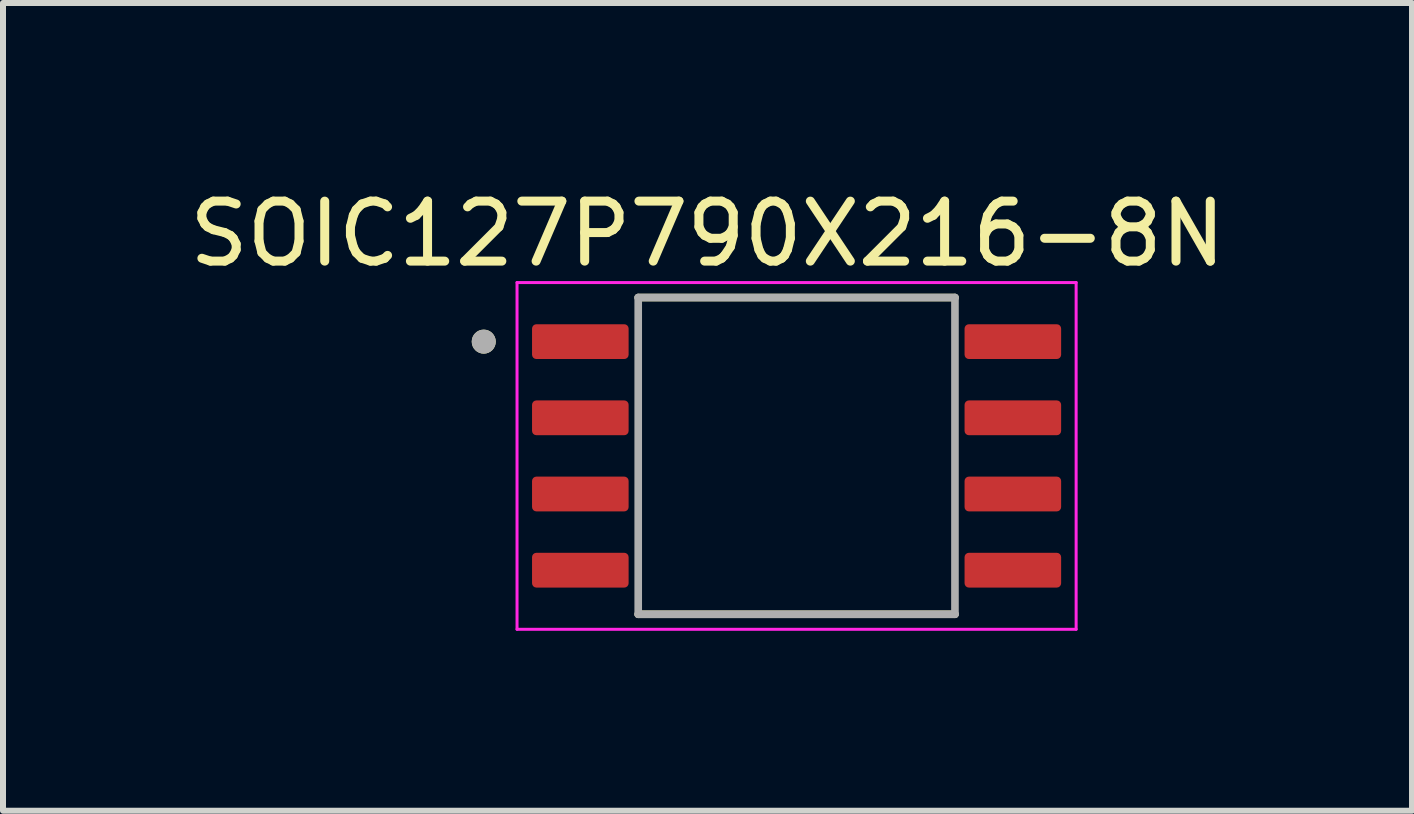
<source format=kicad_pcb>
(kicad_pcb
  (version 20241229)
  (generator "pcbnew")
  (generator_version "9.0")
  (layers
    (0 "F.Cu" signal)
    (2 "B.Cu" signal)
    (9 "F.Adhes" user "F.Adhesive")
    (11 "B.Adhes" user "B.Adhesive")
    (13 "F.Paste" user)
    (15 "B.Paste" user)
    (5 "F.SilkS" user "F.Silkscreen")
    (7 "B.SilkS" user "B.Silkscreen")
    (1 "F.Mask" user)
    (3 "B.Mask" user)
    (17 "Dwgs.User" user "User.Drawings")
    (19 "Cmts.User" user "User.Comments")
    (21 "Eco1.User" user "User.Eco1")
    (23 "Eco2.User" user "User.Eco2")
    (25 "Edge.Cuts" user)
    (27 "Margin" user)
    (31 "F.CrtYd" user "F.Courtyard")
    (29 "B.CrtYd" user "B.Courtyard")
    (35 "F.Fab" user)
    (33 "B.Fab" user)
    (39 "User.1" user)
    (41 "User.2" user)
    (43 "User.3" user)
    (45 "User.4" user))
  (footprint "SOIC127P790X216-8N"
    (layer "F.Cu")
    (at 10.229 4.55)
    (property "Reference" "SOIC127P790X216-8N" (at -1.485 -3.702 0) (layer "F.SilkS") (effects (font (size 1 1) (thickness 0.15))))
    (attr smd)
    (fp_line (start -2.64 -2.64) (end 2.64 -2.64) (stroke (width 0.127) (type solid)) (layer "F.SilkS"))
    (fp_line (start -2.64 2.64) (end 2.64 2.64) (stroke (width 0.127) (type solid)) (layer "F.SilkS"))
    (fp_circle (center -5.215 -1.905) (end -5.115 -1.905) (stroke (width 0.2) (type solid)) (fill no) (layer "F.SilkS"))
    (fp_line (start -4.66 -2.89) (end -4.66 2.89) (stroke (width 0.05) (type solid)) (layer "F.CrtYd"))
    (fp_line (start -4.66 -2.89) (end 4.66 -2.89) (stroke (width 0.05) (type solid)) (layer "F.CrtYd"))
    (fp_line (start -4.66 2.89) (end 4.66 2.89) (stroke (width 0.05) (type solid)) (layer "F.CrtYd"))
    (fp_line (start 4.66 -2.89) (end 4.66 2.89) (stroke (width 0.05) (type solid)) (layer "F.CrtYd"))
    (fp_line (start -2.64 -2.64) (end -2.64 2.64) (stroke (width 0.127) (type solid)) (layer "F.Fab"))
    (fp_line (start -2.64 -2.64) (end 2.64 -2.64) (stroke (width 0.127) (type solid)) (layer "F.Fab"))
    (fp_line (start -2.64 2.64) (end 2.64 2.64) (stroke (width 0.127) (type solid)) (layer "F.Fab"))
    (fp_line (start 2.64 -2.64) (end 2.64 2.64) (stroke (width 0.127) (type solid)) (layer "F.Fab"))
    (fp_circle (center -5.215 -1.905) (end -5.115 -1.905) (stroke (width 0.2) (type solid)) (fill no) (layer "F.Fab"))
    (pad "1" smd roundrect (at -3.605 -1.905) (size 1.61 0.58) (layers "F.Cu" "F.Mask" "F.Paste") (roundrect_rratio 0.125))
    (pad "2" smd roundrect (at -3.605 -0.635) (size 1.61 0.58) (layers "F.Cu" "F.Mask" "F.Paste") (roundrect_rratio 0.125))
    (pad "3" smd roundrect (at -3.605 0.635) (size 1.61 0.58) (layers "F.Cu" "F.Mask" "F.Paste") (roundrect_rratio 0.125))
    (pad "4" smd roundrect (at -3.605 1.905) (size 1.61 0.58) (layers "F.Cu" "F.Mask" "F.Paste") (roundrect_rratio 0.125))
    (pad "5" smd roundrect (at 3.605 1.905) (size 1.61 0.58) (layers "F.Cu" "F.Mask" "F.Paste") (roundrect_rratio 0.125))
    (pad "6" smd roundrect (at 3.605 0.635) (size 1.61 0.58) (layers "F.Cu" "F.Mask" "F.Paste") (roundrect_rratio 0.125))
    (pad "7" smd roundrect (at 3.605 -0.635) (size 1.61 0.58) (layers "F.Cu" "F.Mask" "F.Paste") (roundrect_rratio 0.125))
    (pad "8" smd roundrect (at 3.605 -1.905) (size 1.61 0.58) (layers "F.Cu" "F.Mask" "F.Paste") (roundrect_rratio 0.125)))
  (gr_rect
    (start -3 -3)
    (end 20.488 10.465)
    (stroke (width 0.1) (type default))
    (fill no)
    (layer "Edge.Cuts")))
</source>
